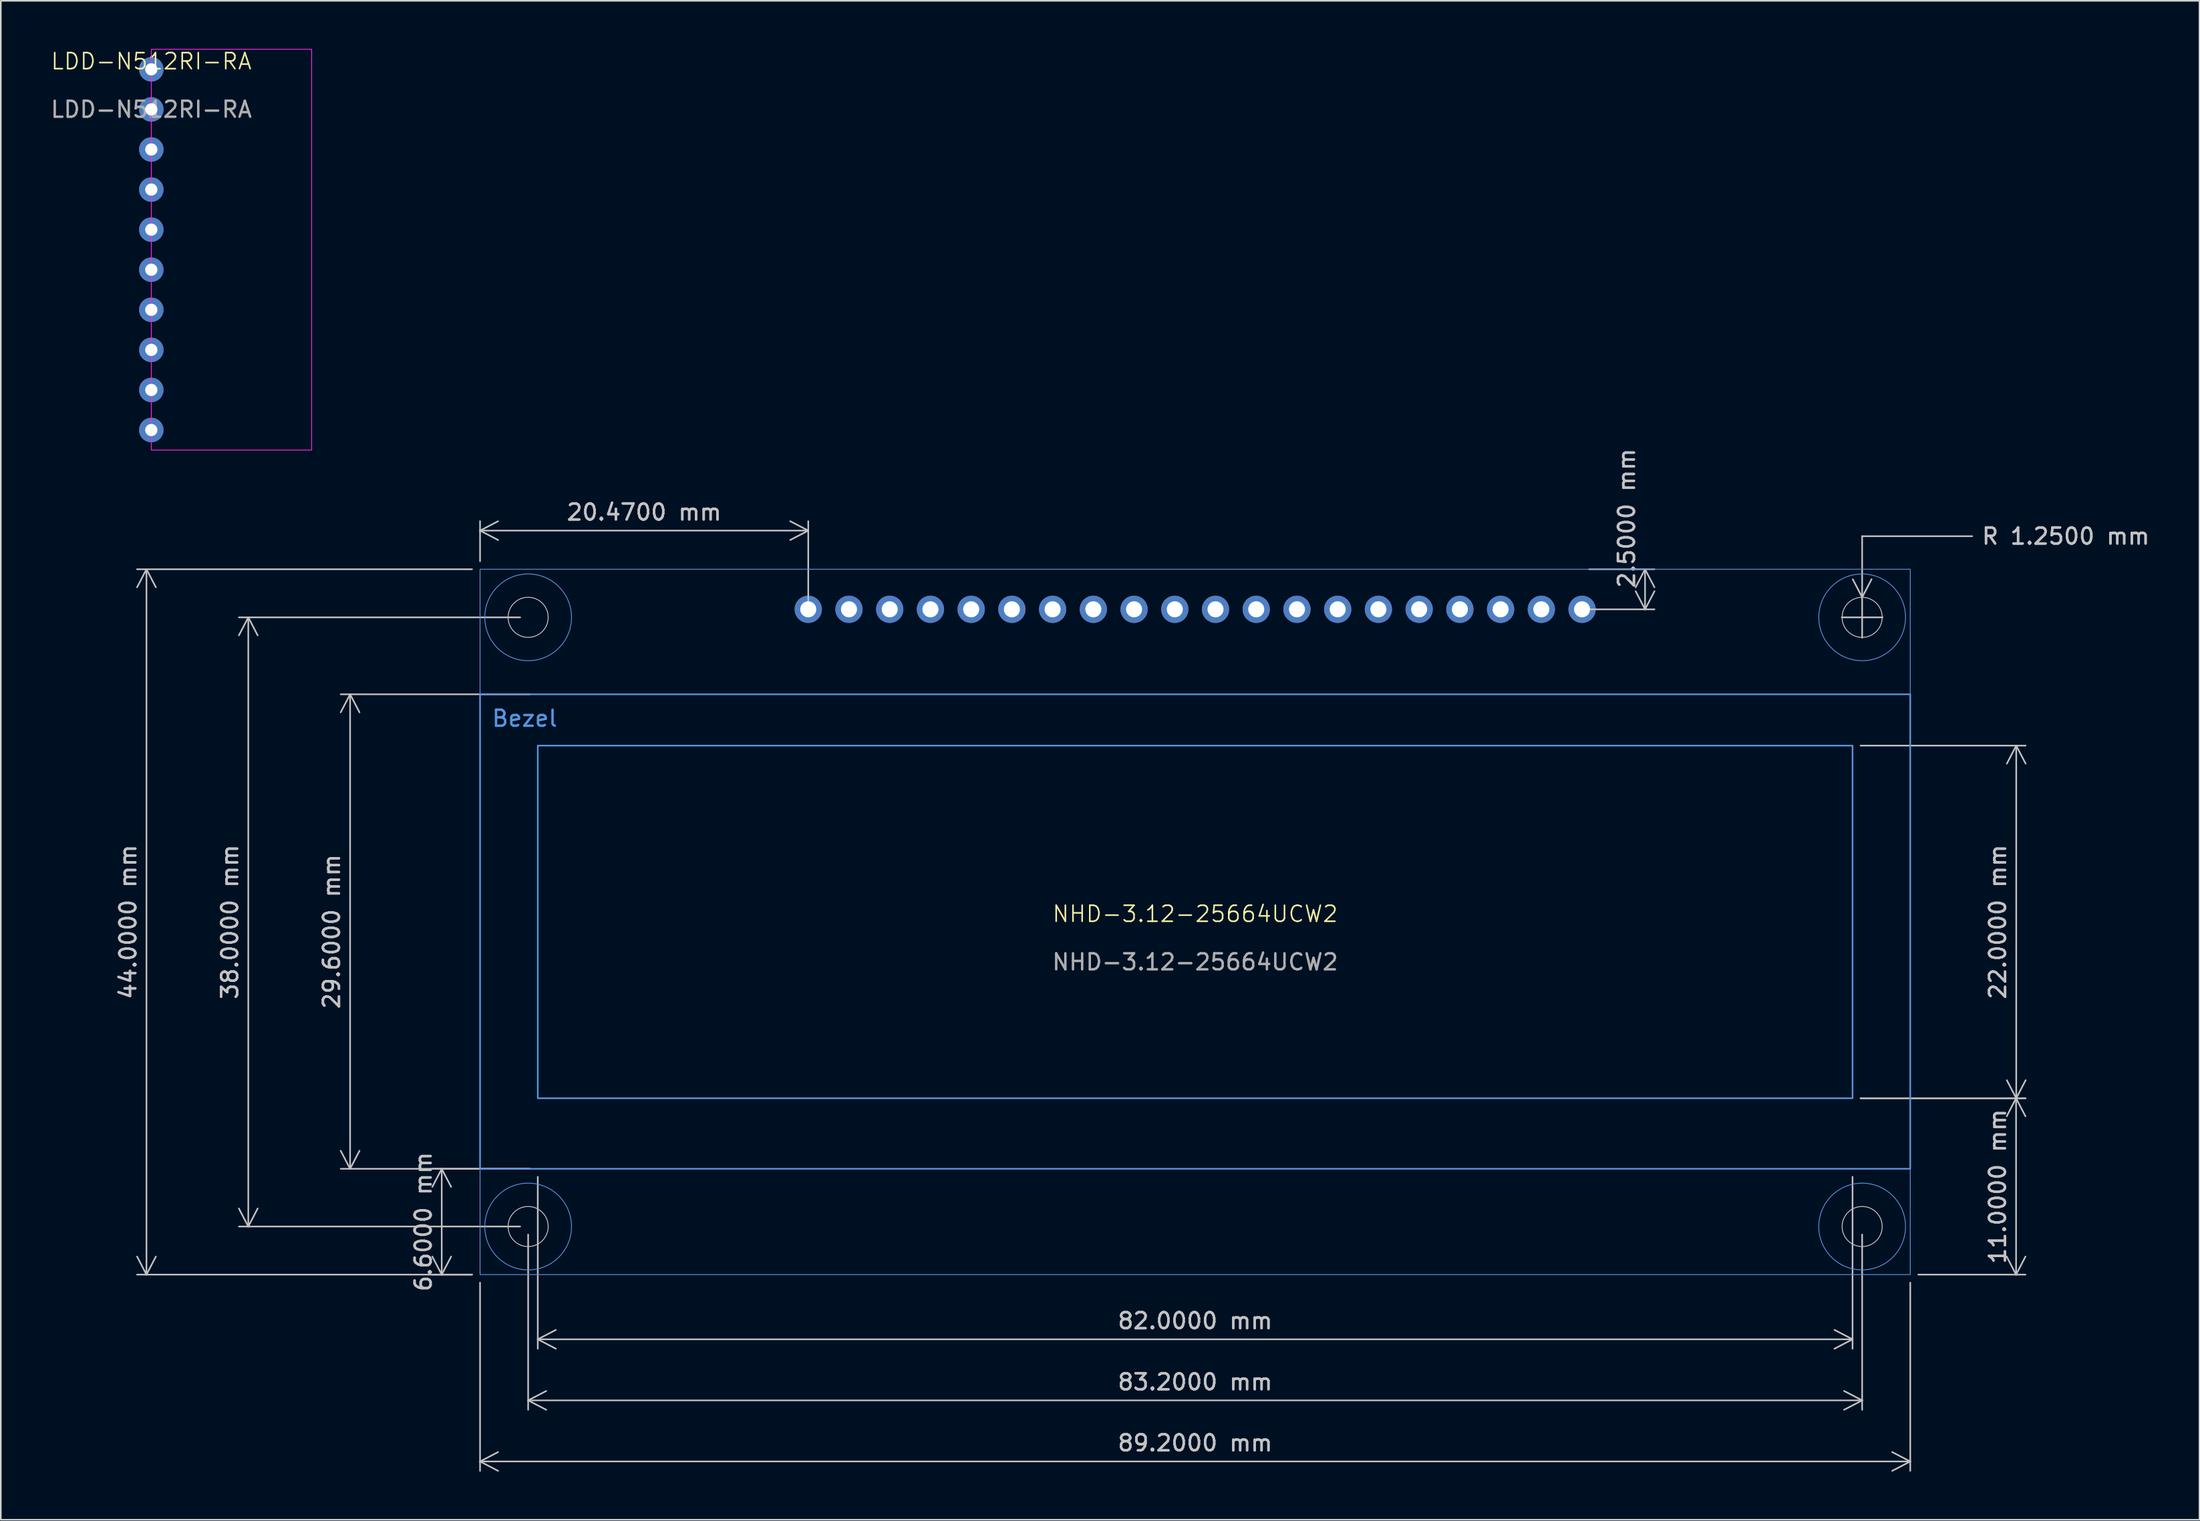
<source format=kicad_pcb>
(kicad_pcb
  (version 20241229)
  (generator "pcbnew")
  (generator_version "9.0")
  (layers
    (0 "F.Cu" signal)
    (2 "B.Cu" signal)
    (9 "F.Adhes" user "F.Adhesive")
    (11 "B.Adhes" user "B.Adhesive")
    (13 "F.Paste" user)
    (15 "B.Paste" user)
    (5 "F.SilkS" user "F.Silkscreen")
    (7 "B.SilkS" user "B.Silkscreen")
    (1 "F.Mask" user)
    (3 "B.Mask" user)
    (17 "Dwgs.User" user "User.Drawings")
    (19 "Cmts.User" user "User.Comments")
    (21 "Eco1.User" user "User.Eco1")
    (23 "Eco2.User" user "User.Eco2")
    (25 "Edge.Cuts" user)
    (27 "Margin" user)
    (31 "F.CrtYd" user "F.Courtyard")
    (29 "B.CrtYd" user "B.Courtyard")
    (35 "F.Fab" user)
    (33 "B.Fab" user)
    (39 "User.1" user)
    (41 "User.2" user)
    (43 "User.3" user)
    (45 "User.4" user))
  (footprint "NHD-3.12-25664UCW2"
    (layer "F.Cu")
    (at 71.49 54.458)
    (property "Reference" "NHD-3.12-25664UCW2" (at 0 -0.5 0) (unlocked yes) (layer "F.SilkS") (effects (font (size 1 1) (thickness 0.1))))
    (attr through_hole)
    (fp_rect (start -44.6 -22) (end 44.6 22) (stroke (width 0.05) (type default)) (fill no) (layer "Cmts.User"))
    (fp_rect (start -44.6 -14.2) (end 44.6 15.4) (stroke (width 0.1) (type default)) (fill no) (layer "Cmts.User"))
    (fp_rect (start -41 -11) (end 41 11) (stroke (width 0.1) (type default)) (fill no) (layer "Cmts.User"))
    (fp_circle (center -41.6 -19) (end -38.895 -19) (stroke (width 0.05) (type default)) (fill no) (layer "Cmts.User"))
    (fp_circle (center -41.6 19) (end -38.895 19) (stroke (width 0.05) (type default)) (fill no) (layer "Cmts.User"))
    (fp_circle (center 41.6 -19) (end 44.305 -19) (stroke (width 0.05) (type default)) (fill no) (layer "Cmts.User"))
    (fp_circle (center 41.6 19) (end 44.305 19) (stroke (width 0.05) (type default)) (fill no) (layer "Cmts.User"))
    (fp_circle (center -41.6 -19) (end -40.35 -19) (stroke (width 0.05) (type default)) (fill no) (layer "Edge.Cuts"))
    (fp_circle (center -41.6 19) (end -40.35 19) (stroke (width 0.05) (type default)) (fill no) (layer "Edge.Cuts"))
    (fp_circle (center 41.6 -19) (end 42.85 -19) (stroke (width 0.05) (type default)) (fill no) (layer "Edge.Cuts"))
    (fp_circle (center 41.6 19) (end 42.85 19) (stroke (width 0.05) (type default)) (fill no) (layer "Edge.Cuts"))
    (fp_text user "Bezel" (at -43.94 -12.11 0) (unlocked yes) (layer "Cmts.User") (effects (font (size 1 1) (thickness 0.15)) (justify left bottom)))
    (fp_text user "${REFERENCE}" (at 0 2.5 0) (unlocked yes) (layer "F.Fab") (effects (font (size 1 1) (thickness 0.15))))
    (dimension (type radial) (layer "Dwgs.User") (pts (xy 113.09 35.458) (xy 113.09 34.208)) (leader_length 3.81) (format (prefix "R ") (suffix "") (units 3) (units_format 1) (precision 4)) (style (thickness 0.1) (arrow_length 1.27) (text_position_mode 0) (extension_offset 0.5) (keep_text_aligned yes)) (gr_text "R 1.2500 mm" (at 125.79 30.398 0) (layer "Dwgs.User") (effects (font (size 1 1) (thickness 0.15)))))
    (dimension (type orthogonal) (layer "Dwgs.User") (pts (xy 26.89 76.458) (xy 116.09 76.458)) (height 11.655) (orientation 0) (format (prefix "") (suffix "") (units 3) (units_format 1) (precision 4)) (style (thickness 0.1) (arrow_length 1.27) (text_position_mode 0) (arrow_direction outward) (extension_height 0.586) (extension_offset 0.5) (keep_text_aligned yes)) (gr_text "89.2000 mm" (at 71.49 86.963 0) (layer "Dwgs.User") (effects (font (size 1 1) (thickness 0.15)))))
    (dimension (type orthogonal) (layer "Dwgs.User") (pts (xy 26.89 76.458) (xy 30.49 69.858)) (height -2.39) (orientation 1) (format (prefix "") (suffix "") (units 3) (units_format 1) (precision 4)) (style (thickness 0.1) (arrow_length 1.27) (text_position_mode 0) (arrow_direction outward) (extension_height 0.586) (extension_offset 0.5) (keep_text_aligned yes)) (gr_text "6.6000 mm" (at 23.35 73.158 90) (layer "Dwgs.User") (effects (font (size 1 1) (thickness 0.15)))))
    (dimension (type orthogonal) (layer "Dwgs.User") (pts (xy 26.89 76.458) (xy 26.89 32.458)) (height -20.805) (orientation 1) (format (prefix "") (suffix "") (units 3) (units_format 1) (precision 4)) (style (thickness 0.1) (arrow_length 1.27) (text_position_mode 0) (arrow_direction outward) (extension_height 0.586) (extension_offset 0.5) (keep_text_aligned yes)) (gr_text "44.0000 mm" (at 4.935 54.458 90) (layer "Dwgs.User") (effects (font (size 1 1) (thickness 0.15)))))
    (dimension (type orthogonal) (layer "Dwgs.User") (pts (xy 47.36 34.958) (xy 26.89 32.458)) (height -4.91) (orientation 0) (format (prefix "") (suffix "") (units 3) (units_format 1) (precision 4)) (style (thickness 0.1) (arrow_length 1.27) (text_position_mode 0) (arrow_direction outward) (extension_height 0.586) (extension_offset 0.5) (keep_text_aligned yes)) (gr_text "20.4700 mm" (at 37.125 28.898 0) (layer "Dwgs.User") (effects (font (size 1 1) (thickness 0.15)))))
    (dimension (type orthogonal) (layer "Dwgs.User") (pts (xy 112.49 65.458) (xy 112.49 43.458)) (height 10.21) (orientation 1) (format (prefix "") (suffix "") (units 3) (units_format 1) (precision 4)) (style (thickness 0.1) (arrow_length 1.27) (text_position_mode 0) (arrow_direction outward) (extension_height 0.586) (extension_offset 0.5) (keep_text_aligned yes)) (gr_text "22.0000 mm" (at 121.55 54.458 90) (layer "Dwgs.User") (effects (font (size 1 1) (thickness 0.15)))))
    (dimension (type orthogonal) (layer "Dwgs.User") (pts (xy 30.49 69.858) (xy 112.49 69.858)) (height 10.635) (orientation 0) (format (prefix "") (suffix "") (units 3) (units_format 1) (precision 4)) (style (thickness 0.1) (arrow_length 1.27) (text_position_mode 0) (arrow_direction outward) (extension_height 0.586) (extension_offset 0.5) (keep_text_aligned yes)) (gr_text "82.0000 mm" (at 71.49 79.343 0) (layer "Dwgs.User") (effects (font (size 1 1) (thickness 0.15)))))
    (dimension (type orthogonal) (layer "Dwgs.User") (pts (xy 29.89 73.458) (xy 113.09 73.458)) (height 10.845) (orientation 0) (format (prefix "") (suffix "") (units 3) (units_format 1) (precision 4)) (style (thickness 0.1) (arrow_length 1.27) (text_position_mode 0) (arrow_direction outward) (extension_height 0.586) (extension_offset 0.5) (keep_text_aligned yes)) (gr_text "83.2000 mm" (at 71.49 83.153 0) (layer "Dwgs.User") (effects (font (size 1 1) (thickness 0.15)))))
    (dimension (type orthogonal) (layer "Dwgs.User") (pts (xy 95.62 34.958) (xy 95.56 32.458)) (height 3.93) (orientation 1) (format (prefix "") (suffix "") (units 3) (units_format 1) (precision 4)) (style (thickness 0.1) (arrow_length 1.27) (text_position_mode 0) (arrow_direction outward) (extension_height 0.586) (extension_offset 0.5) (keep_text_aligned yes)) (gr_text "2.5000 mm" (at 98.4 33.708 90) (layer "Dwgs.User") (effects (font (size 1 1) (thickness 0.15)) (justify left))))
    (dimension (type orthogonal) (layer "Dwgs.User") (pts (xy 116.09 76.458) (xy 112.49 65.458)) (height 6.6) (orientation 1) (format (prefix "") (suffix "") (units 3) (units_format 1) (precision 4)) (style (thickness 0.1) (arrow_length 1.27) (text_position_mode 0) (arrow_direction outward) (extension_height 0.586) (extension_offset 0.5) (keep_text_aligned yes)) (gr_text "11.0000 mm" (at 121.54 70.958 90) (layer "Dwgs.User") (effects (font (size 1 1) (thickness 0.15)))))
    (dimension (type orthogonal) (layer "Dwgs.User") (pts (xy 30.49 69.858) (xy 30.49 40.258)) (height -11.705) (orientation 1) (format (prefix "") (suffix "") (units 3) (units_format 1) (precision 4)) (style (thickness 0.1) (arrow_length 1.27) (text_position_mode 0) (arrow_direction outward) (extension_height 0.586) (extension_offset 0.5) (keep_text_aligned yes)) (gr_text "29.6000 mm" (at 17.635 55.058 90) (layer "Dwgs.User") (effects (font (size 1 1) (thickness 0.15)))))
    (dimension (type orthogonal) (layer "Dwgs.User") (pts (xy 29.89 73.458) (xy 29.89 35.458)) (height -17.455) (orientation 1) (format (prefix "") (suffix "") (units 3) (units_format 1) (precision 4)) (style (thickness 0.1) (arrow_length 1.27) (text_position_mode 0) (arrow_direction outward) (extension_height 0.586) (extension_offset 0.5) (keep_text_aligned yes)) (gr_text "38.0000 mm" (at 11.285 54.458 90) (layer "Dwgs.User") (effects (font (size 1 1) (thickness 0.15)))))
    (pad "1" thru_hole circle (at 24.13 -19.5) (size 1.7 1.7) (drill 1) (layers "*.Cu" "*.Mask"))
    (pad "2" thru_hole circle (at 21.59 -19.5) (size 1.7 1.7) (drill 1) (layers "*.Cu" "*.Mask"))
    (pad "3" thru_hole circle (at 19.05 -19.5) (size 1.7 1.7) (drill 1) (layers "*.Cu" "*.Mask"))
    (pad "4" thru_hole circle (at 16.51 -19.5) (size 1.7 1.7) (drill 1) (layers "*.Cu" "*.Mask"))
    (pad "5" thru_hole circle (at 13.97 -19.5) (size 1.7 1.7) (drill 1) (layers "*.Cu" "*.Mask"))
    (pad "6" thru_hole circle (at 11.43 -19.5) (size 1.7 1.7) (drill 1) (layers "*.Cu" "*.Mask"))
    (pad "7" thru_hole circle (at 8.89 -19.5) (size 1.7 1.7) (drill 1) (layers "*.Cu" "*.Mask"))
    (pad "8" thru_hole circle (at 6.35 -19.5) (size 1.7 1.7) (drill 1) (layers "*.Cu" "*.Mask"))
    (pad "9" thru_hole circle (at 3.81 -19.5) (size 1.7 1.7) (drill 1) (layers "*.Cu" "*.Mask"))
    (pad "10" thru_hole circle (at 1.27 -19.5) (size 1.7 1.7) (drill 1) (layers "*.Cu" "*.Mask"))
    (pad "11" thru_hole circle (at -1.27 -19.5) (size 1.7 1.7) (drill 1) (layers "*.Cu" "*.Mask"))
    (pad "12" thru_hole circle (at -3.81 -19.5) (size 1.7 1.7) (drill 1) (layers "*.Cu" "*.Mask"))
    (pad "13" thru_hole circle (at -6.35 -19.5) (size 1.7 1.7) (drill 1) (layers "*.Cu" "*.Mask"))
    (pad "14" thru_hole circle (at -8.89 -19.5) (size 1.7 1.7) (drill 1) (layers "*.Cu" "*.Mask"))
    (pad "15" thru_hole circle (at -11.43 -19.5) (size 1.7 1.7) (drill 1) (layers "*.Cu" "*.Mask"))
    (pad "16" thru_hole circle (at -13.97 -19.5) (size 1.7 1.7) (drill 1) (layers "*.Cu" "*.Mask"))
    (pad "17" thru_hole circle (at -16.51 -19.5) (size 1.7 1.7) (drill 1) (layers "*.Cu" "*.Mask"))
    (pad "18" thru_hole circle (at -19.05 -19.5) (size 1.7 1.7) (drill 1) (layers "*.Cu" "*.Mask"))
    (pad "19" thru_hole circle (at -21.59 -19.5) (size 1.7 1.7) (drill 1) (layers "*.Cu" "*.Mask"))
    (pad "20" thru_hole circle (at -24.13 -19.5) (size 1.7 1.7) (drill 1) (layers "*.Cu" "*.Mask")))
  (footprint "LDD-N512RI-RA"
    (layer "F.Cu")
    (at 6.387 1.275)
    (property "Reference" "LDD-N512RI-RA" (at 0 -0.5 0) (unlocked yes) (layer "F.SilkS") (effects (font (size 1 1) (thickness 0.1))))
    (attr through_hole)
    (fp_rect (start 0 -1.25) (end 10 23.75) (stroke (width 0.05) (type default)) (fill no) (layer "F.CrtYd"))
    (fp_text user "${REFERENCE}" (at 0 2.5 0) (unlocked yes) (layer "F.Fab") (effects (font (size 1 1) (thickness 0.15))))
    (pad "1" thru_hole circle (at 0 0) (size 1.524 1.524) (drill 0.762) (layers "*.Cu" "*.Mask"))
    (pad "2" thru_hole circle (at 0 2.5) (size 1.524 1.524) (drill 0.762) (layers "*.Cu" "*.Mask"))
    (pad "3" thru_hole circle (at 0 5) (size 1.524 1.524) (drill 0.762) (layers "*.Cu" "*.Mask"))
    (pad "4" thru_hole circle (at 0 7.5) (size 1.524 1.524) (drill 0.762) (layers "*.Cu" "*.Mask"))
    (pad "5" thru_hole circle (at 0 10) (size 1.524 1.524) (drill 0.762) (layers "*.Cu" "*.Mask"))
    (pad "6" thru_hole circle (at 0 12.5) (size 1.524 1.524) (drill 0.762) (layers "*.Cu" "*.Mask"))
    (pad "7" thru_hole circle (at 0 15) (size 1.524 1.524) (drill 0.762) (layers "*.Cu" "*.Mask"))
    (pad "8" thru_hole circle (at 0 17.5) (size 1.524 1.524) (drill 0.762) (layers "*.Cu" "*.Mask"))
    (pad "9" thru_hole circle (at 0 20) (size 1.524 1.524) (drill 0.762) (layers "*.Cu" "*.Mask"))
    (pad "10" thru_hole circle (at 0 22.5) (size 1.524 1.524) (drill 0.762) (layers "*.Cu" "*.Mask")))
  (gr_rect
    (start -3 -3)
    (end 134.129 91.75)
    (stroke (width 0.1) (type default))
    (fill no)
    (layer "Edge.Cuts")))
</source>
